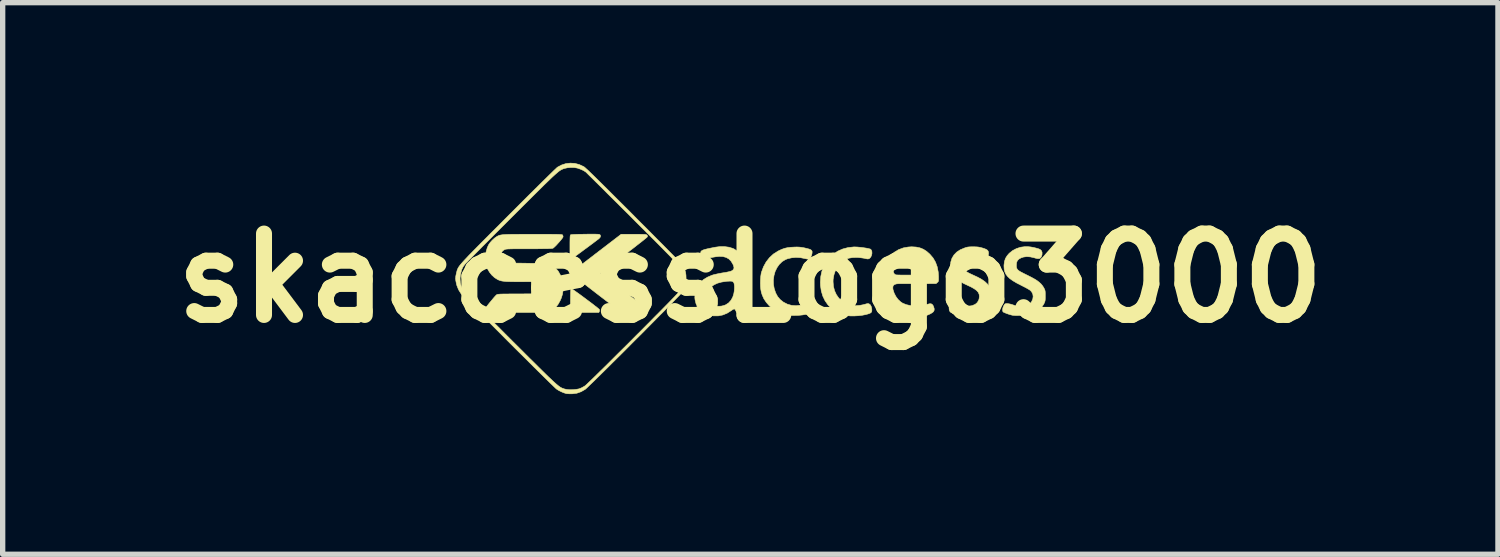
<source format=kicad_pcb>
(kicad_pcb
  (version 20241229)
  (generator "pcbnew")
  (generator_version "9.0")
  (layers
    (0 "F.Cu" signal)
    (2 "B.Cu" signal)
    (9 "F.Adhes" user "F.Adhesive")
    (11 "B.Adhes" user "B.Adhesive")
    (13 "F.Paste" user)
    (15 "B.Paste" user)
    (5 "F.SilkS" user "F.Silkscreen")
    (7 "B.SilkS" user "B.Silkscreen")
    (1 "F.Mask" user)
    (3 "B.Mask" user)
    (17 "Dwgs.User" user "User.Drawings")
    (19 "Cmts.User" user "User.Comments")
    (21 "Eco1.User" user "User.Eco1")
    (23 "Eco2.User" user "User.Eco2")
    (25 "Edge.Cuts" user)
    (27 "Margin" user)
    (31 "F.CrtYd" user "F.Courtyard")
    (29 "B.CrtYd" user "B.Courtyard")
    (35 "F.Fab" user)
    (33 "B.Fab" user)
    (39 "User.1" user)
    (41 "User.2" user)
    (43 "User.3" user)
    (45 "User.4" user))
  (footprint "skaccessLogo3000"
    (layer "F.Cu")
    (at 11.002 2.159)
    (property "Reference" "skaccessLogo3000" (at 0 0 0) (layer "F.SilkS") (effects (font (size 1.524 1.524) (thickness 0.3))))
    (attr through_hole)
    (fp_poly (pts (xy -3.343 0.201) (xy -3.322 0.214) (xy -3.292 0.235) (xy -3.253 0.263) (xy -3.208 0.295) (xy -3.159 0.331) (xy -3.108 0.369) (xy -3.056 0.408) (xy -3.005 0.446) (xy -2.957 0.482) (xy -2.914 0.516) (xy -2.877 0.544) (xy -2.849 0.567) (xy -2.831 0.583) (xy -2.825 0.589) (xy -2.823 0.61) (xy -2.827 0.623) (xy -2.836 0.643) (xy -3.099 0.643) (xy -3.176 0.643) (xy -3.238 0.643) (xy -3.286 0.642) (xy -3.321 0.641) (xy -3.345 0.639) (xy -3.359 0.636) (xy -3.366 0.633) (xy -3.366 0.633) (xy -3.367 0.622) (xy -3.368 0.596) (xy -3.368 0.558) (xy -3.368 0.511) (xy -3.368 0.456) (xy -3.368 0.411) (xy -3.367 0.344) (xy -3.366 0.293) (xy -3.365 0.255) (xy -3.363 0.229) (xy -3.361 0.211) (xy -3.358 0.201) (xy -3.354 0.197) (xy -3.353 0.197) (xy -3.343 0.201)) (stroke (width 0.01) (type solid)) (fill yes) (layer "F.SilkS"))
    (fp_poly (pts (xy -2.912 -0.824) (xy -2.878 -0.823) (xy -2.853 -0.822) (xy -2.836 -0.82) (xy -2.824 -0.817) (xy -2.817 -0.814) (xy -2.814 -0.811) (xy -2.804 -0.791) (xy -2.81 -0.768) (xy -2.833 -0.741) (xy -2.851 -0.727) (xy -2.92 -0.675) (xy -2.988 -0.624) (xy -3.054 -0.575) (xy -3.117 -0.529) (xy -3.174 -0.486) (xy -3.226 -0.448) (xy -3.27 -0.416) (xy -3.305 -0.391) (xy -3.33 -0.374) (xy -3.343 -0.365) (xy -3.345 -0.364) (xy -3.354 -0.37) (xy -3.365 -0.383) (xy -3.369 -0.391) (xy -3.373 -0.405) (xy -3.375 -0.425) (xy -3.377 -0.454) (xy -3.378 -0.493) (xy -3.378 -0.546) (xy -3.378 -0.602) (xy -3.378 -0.67) (xy -3.377 -0.722) (xy -3.376 -0.761) (xy -3.374 -0.787) (xy -3.371 -0.804) (xy -3.367 -0.811) (xy -3.367 -0.811) (xy -3.355 -0.814) (xy -3.327 -0.817) (xy -3.283 -0.819) (xy -3.223 -0.821) (xy -3.149 -0.822) (xy -3.093 -0.823) (xy -3.018 -0.824) (xy -2.959 -0.824) (xy -2.912 -0.824)) (stroke (width 0.01) (type solid)) (fill yes) (layer "F.SilkS"))
    (fp_poly (pts (xy 1.998 -0.583) (xy 2.042 -0.579) (xy 2.09 -0.574) (xy 2.138 -0.567) (xy 2.183 -0.56) (xy 2.219 -0.552) (xy 2.245 -0.545) (xy 2.251 -0.543) (xy 2.268 -0.524) (xy 2.277 -0.496) (xy 2.278 -0.463) (xy 2.271 -0.429) (xy 2.257 -0.397) (xy 2.237 -0.373) (xy 2.225 -0.366) (xy 2.209 -0.36) (xy 2.191 -0.36) (xy 2.166 -0.364) (xy 2.148 -0.369) (xy 2.116 -0.375) (xy 2.074 -0.381) (xy 2.029 -0.386) (xy 2.006 -0.387) (xy 1.921 -0.386) (xy 1.846 -0.374) (xy 1.781 -0.35) (xy 1.723 -0.313) (xy 1.685 -0.279) (xy 1.634 -0.216) (xy 1.594 -0.143) (xy 1.566 -0.061) (xy 1.551 0.024) (xy 1.55 0.069) (xy 1.557 0.155) (xy 1.578 0.236) (xy 1.612 0.31) (xy 1.658 0.375) (xy 1.714 0.43) (xy 1.778 0.473) (xy 1.851 0.502) (xy 1.879 0.509) (xy 1.928 0.515) (xy 1.987 0.515) (xy 2.05 0.51) (xy 2.109 0.499) (xy 2.141 0.491) (xy 2.176 0.481) (xy 2.2 0.477) (xy 2.216 0.479) (xy 2.223 0.481) (xy 2.25 0.502) (xy 2.267 0.538) (xy 2.275 0.577) (xy 2.276 0.607) (xy 2.272 0.63) (xy 2.259 0.647) (xy 2.236 0.66) (xy 2.2 0.672) (xy 2.159 0.683) (xy 2.092 0.696) (xy 2.02 0.704) (xy 1.947 0.708) (xy 1.879 0.708) (xy 1.819 0.703) (xy 1.792 0.698) (xy 1.691 0.668) (xy 1.601 0.624) (xy 1.522 0.569) (xy 1.455 0.502) (xy 1.4 0.424) (xy 1.358 0.337) (xy 1.329 0.24) (xy 1.314 0.134) (xy 1.312 0.076) (xy 1.32 -0.033) (xy 1.342 -0.135) (xy 1.378 -0.229) (xy 1.427 -0.314) (xy 1.487 -0.39) (xy 1.559 -0.454) (xy 1.64 -0.506) (xy 1.731 -0.546) (xy 1.829 -0.572) (xy 1.935 -0.584) (xy 1.962 -0.584) (xy 1.998 -0.583)) (stroke (width 0.01) (type solid)) (fill yes) (layer "F.SilkS"))
    (fp_poly (pts (xy 0.908 -0.582) (xy 0.947 -0.578) (xy 0.989 -0.571) (xy 1.008 -0.568) (xy 1.062 -0.555) (xy 1.103 -0.544) (xy 1.13 -0.533) (xy 1.147 -0.52) (xy 1.156 -0.504) (xy 1.158 -0.493) (xy 1.156 -0.464) (xy 1.148 -0.43) (xy 1.134 -0.396) (xy 1.119 -0.371) (xy 1.119 -0.37) (xy 1.104 -0.36) (xy 1.081 -0.356) (xy 1.047 -0.361) (xy 1.016 -0.368) (xy 0.936 -0.384) (xy 0.854 -0.388) (xy 0.774 -0.381) (xy 0.7 -0.364) (xy 0.656 -0.347) (xy 0.595 -0.309) (xy 0.542 -0.257) (xy 0.499 -0.195) (xy 0.465 -0.125) (xy 0.443 -0.047) (xy 0.432 0.034) (xy 0.434 0.118) (xy 0.448 0.197) (xy 0.475 0.277) (xy 0.511 0.344) (xy 0.558 0.4) (xy 0.618 0.448) (xy 0.621 0.45) (xy 0.695 0.488) (xy 0.773 0.51) (xy 0.858 0.516) (xy 0.948 0.506) (xy 0.981 0.499) (xy 1.017 0.492) (xy 1.05 0.486) (xy 1.074 0.483) (xy 1.079 0.483) (xy 1.109 0.49) (xy 1.132 0.513) (xy 1.149 0.551) (xy 1.153 0.566) (xy 1.158 0.593) (xy 1.158 0.61) (xy 1.152 0.624) (xy 1.146 0.633) (xy 1.123 0.651) (xy 1.086 0.667) (xy 1.035 0.68) (xy 0.973 0.69) (xy 0.901 0.697) (xy 0.864 0.698) (xy 0.817 0.699) (xy 0.773 0.699) (xy 0.736 0.697) (xy 0.71 0.695) (xy 0.708 0.694) (xy 0.61 0.671) (xy 0.523 0.637) (xy 0.446 0.593) (xy 0.374 0.535) (xy 0.355 0.517) (xy 0.298 0.452) (xy 0.254 0.386) (xy 0.222 0.314) (xy 0.206 0.262) (xy 0.197 0.215) (xy 0.191 0.157) (xy 0.189 0.092) (xy 0.191 0.025) (xy 0.196 -0.037) (xy 0.204 -0.091) (xy 0.21 -0.113) (xy 0.247 -0.213) (xy 0.297 -0.304) (xy 0.359 -0.383) (xy 0.432 -0.451) (xy 0.517 -0.505) (xy 0.538 -0.516) (xy 0.593 -0.541) (xy 0.645 -0.559) (xy 0.698 -0.571) (xy 0.758 -0.578) (xy 0.813 -0.581) (xy 0.865 -0.583) (xy 0.908 -0.582)) (stroke (width 0.01) (type solid)) (fill yes) (layer "F.SilkS"))
    (fp_poly (pts (xy -2.116 -0.821) (xy -2.061 -0.821) (xy -2.02 -0.82) (xy -1.989 -0.819) (xy -1.968 -0.818) (xy -1.954 -0.815) (xy -1.944 -0.812) (xy -1.938 -0.808) (xy -1.935 -0.805) (xy -1.925 -0.791) (xy -1.926 -0.779) (xy -1.933 -0.768) (xy -1.941 -0.76) (xy -1.962 -0.743) (xy -1.993 -0.718) (xy -2.034 -0.685) (xy -2.083 -0.647) (xy -2.138 -0.604) (xy -2.198 -0.557) (xy -2.263 -0.507) (xy -2.33 -0.455) (xy -2.398 -0.403) (xy -2.466 -0.351) (xy -2.532 -0.3) (xy -2.596 -0.252) (xy -2.655 -0.207) (xy -2.708 -0.167) (xy -2.755 -0.133) (xy -2.762 -0.127) (xy -2.784 -0.11) (xy -2.798 -0.097) (xy -2.802 -0.092) (xy -2.796 -0.086) (xy -2.777 -0.071) (xy -2.747 -0.047) (xy -2.706 -0.015) (xy -2.657 0.023) (xy -2.599 0.068) (xy -2.535 0.117) (xy -2.464 0.171) (xy -2.389 0.228) (xy -2.311 0.288) (xy -2.23 0.349) (xy -2.147 0.412) (xy -2.065 0.474) (xy -2.055 0.482) (xy -2.016 0.512) (xy -1.981 0.539) (xy -1.954 0.563) (xy -1.935 0.579) (xy -1.929 0.586) (xy -1.926 0.604) (xy -1.934 0.623) (xy -1.948 0.643) (xy -2.174 0.643) (xy -2.248 0.643) (xy -2.306 0.642) (xy -2.35 0.641) (xy -2.383 0.639) (xy -2.405 0.637) (xy -2.419 0.633) (xy -2.421 0.632) (xy -2.433 0.624) (xy -2.457 0.607) (xy -2.491 0.582) (xy -2.534 0.55) (xy -2.585 0.511) (xy -2.642 0.468) (xy -2.704 0.421) (xy -2.769 0.371) (xy -2.837 0.319) (xy -2.906 0.266) (xy -2.974 0.213) (xy -3.04 0.162) (xy -3.104 0.113) (xy -3.162 0.067) (xy -3.215 0.026) (xy -3.26 -0.01) (xy -3.297 -0.039) (xy -3.324 -0.061) (xy -3.339 -0.074) (xy -3.342 -0.077) (xy -3.347 -0.084) (xy -3.348 -0.091) (xy -3.346 -0.099) (xy -3.339 -0.11) (xy -3.325 -0.124) (xy -3.303 -0.142) (xy -3.272 -0.167) (xy -3.231 -0.199) (xy -3.179 -0.24) (xy -3.15 -0.262) (xy -3.102 -0.298) (xy -3.044 -0.343) (xy -2.978 -0.393) (xy -2.907 -0.448) (xy -2.834 -0.504) (xy -2.762 -0.559) (xy -2.698 -0.608) (xy -2.42 -0.821) (xy -2.185 -0.821) (xy -2.116 -0.821)) (stroke (width 0.01) (type solid)) (fill yes) (layer "F.SilkS"))
    (fp_poly (pts (xy 4.225 -0.586) (xy 4.266 -0.583) (xy 4.304 -0.576) (xy 4.345 -0.565) (xy 4.347 -0.565) (xy 4.394 -0.549) (xy 4.427 -0.534) (xy 4.447 -0.517) (xy 4.458 -0.496) (xy 4.462 -0.469) (xy 4.462 -0.465) (xy 4.456 -0.426) (xy 4.441 -0.394) (xy 4.418 -0.373) (xy 4.397 -0.366) (xy 4.377 -0.367) (xy 4.346 -0.373) (xy 4.31 -0.382) (xy 4.297 -0.386) (xy 4.224 -0.403) (xy 4.158 -0.405) (xy 4.096 -0.392) (xy 4.061 -0.378) (xy 4.025 -0.357) (xy 4.002 -0.333) (xy 3.986 -0.301) (xy 3.979 -0.276) (xy 3.973 -0.247) (xy 3.975 -0.223) (xy 3.983 -0.199) (xy 3.998 -0.17) (xy 4.02 -0.144) (xy 4.052 -0.119) (xy 4.095 -0.094) (xy 4.152 -0.067) (xy 4.167 -0.06) (xy 4.258 -0.018) (xy 4.334 0.024) (xy 4.395 0.067) (xy 4.443 0.112) (xy 4.479 0.159) (xy 4.494 0.186) (xy 4.507 0.215) (xy 4.514 0.245) (xy 4.519 0.281) (xy 4.52 0.307) (xy 4.516 0.389) (xy 4.497 0.463) (xy 4.465 0.529) (xy 4.418 0.585) (xy 4.37 0.624) (xy 4.328 0.65) (xy 4.287 0.669) (xy 4.244 0.683) (xy 4.194 0.692) (xy 4.133 0.697) (xy 4.072 0.699) (xy 4.024 0.7) (xy 3.978 0.699) (xy 3.939 0.698) (xy 3.911 0.695) (xy 3.904 0.694) (xy 3.855 0.682) (xy 3.81 0.667) (xy 3.773 0.651) (xy 3.748 0.636) (xy 3.742 0.631) (xy 3.727 0.603) (xy 3.723 0.568) (xy 3.732 0.53) (xy 3.753 0.495) (xy 3.757 0.489) (xy 3.779 0.477) (xy 3.811 0.475) (xy 3.853 0.483) (xy 3.894 0.497) (xy 3.951 0.513) (xy 4.015 0.523) (xy 4.081 0.524) (xy 4.141 0.518) (xy 4.162 0.512) (xy 4.213 0.49) (xy 4.251 0.457) (xy 4.277 0.413) (xy 4.285 0.386) (xy 4.29 0.341) (xy 4.285 0.301) (xy 4.268 0.265) (xy 4.238 0.231) (xy 4.194 0.199) (xy 4.136 0.166) (xy 4.081 0.14) (xy 3.998 0.101) (xy 3.93 0.064) (xy 3.876 0.027) (xy 3.832 -0.01) (xy 3.798 -0.05) (xy 3.772 -0.094) (xy 3.769 -0.101) (xy 3.758 -0.128) (xy 3.751 -0.152) (xy 3.748 -0.181) (xy 3.747 -0.22) (xy 3.747 -0.224) (xy 3.755 -0.303) (xy 3.777 -0.373) (xy 3.814 -0.434) (xy 3.865 -0.487) (xy 3.93 -0.53) (xy 4.01 -0.564) (xy 4.01 -0.564) (xy 4.043 -0.575) (xy 4.071 -0.582) (xy 4.101 -0.585) (xy 4.138 -0.587) (xy 4.174 -0.587) (xy 4.225 -0.586)) (stroke (width 0.01) (type solid)) (fill yes) (layer "F.SilkS"))
    (fp_poly (pts (xy 5.203 -0.589) (xy 5.25 -0.584) (xy 5.302 -0.575) (xy 5.351 -0.563) (xy 5.394 -0.551) (xy 5.426 -0.538) (xy 5.426 -0.538) (xy 5.451 -0.516) (xy 5.464 -0.485) (xy 5.464 -0.445) (xy 5.461 -0.43) (xy 5.449 -0.397) (xy 5.433 -0.376) (xy 5.411 -0.366) (xy 5.379 -0.366) (xy 5.337 -0.375) (xy 5.312 -0.383) (xy 5.244 -0.398) (xy 5.177 -0.403) (xy 5.116 -0.395) (xy 5.071 -0.38) (xy 5.029 -0.356) (xy 5.002 -0.328) (xy 4.987 -0.292) (xy 4.983 -0.246) (xy 4.983 -0.246) (xy 4.983 -0.217) (xy 4.987 -0.193) (xy 4.996 -0.173) (xy 5.01 -0.154) (xy 5.033 -0.136) (xy 5.067 -0.115) (xy 5.112 -0.092) (xy 5.17 -0.063) (xy 5.172 -0.062) (xy 5.25 -0.023) (xy 5.315 0.012) (xy 5.367 0.044) (xy 5.409 0.076) (xy 5.444 0.108) (xy 5.472 0.142) (xy 5.496 0.179) (xy 5.504 0.195) (xy 5.513 0.213) (xy 5.519 0.232) (xy 5.523 0.255) (xy 5.524 0.286) (xy 5.524 0.33) (xy 5.524 0.33) (xy 5.524 0.373) (xy 5.523 0.404) (xy 5.52 0.427) (xy 5.513 0.448) (xy 5.504 0.47) (xy 5.497 0.484) (xy 5.457 0.546) (xy 5.403 0.6) (xy 5.338 0.644) (xy 5.262 0.676) (xy 5.21 0.69) (xy 5.174 0.695) (xy 5.127 0.699) (xy 5.073 0.701) (xy 5.018 0.701) (xy 4.966 0.7) (xy 4.924 0.697) (xy 4.905 0.694) (xy 4.877 0.687) (xy 4.844 0.677) (xy 4.808 0.665) (xy 4.775 0.652) (xy 4.749 0.641) (xy 4.735 0.633) (xy 4.726 0.616) (xy 4.725 0.589) (xy 4.73 0.557) (xy 4.742 0.525) (xy 4.757 0.497) (xy 4.77 0.483) (xy 4.79 0.476) (xy 4.823 0.477) (xy 4.866 0.485) (xy 4.917 0.5) (xy 4.928 0.504) (xy 4.959 0.515) (xy 4.986 0.521) (xy 5.012 0.524) (xy 5.045 0.524) (xy 5.076 0.523) (xy 5.137 0.518) (xy 5.185 0.507) (xy 5.221 0.49) (xy 5.25 0.465) (xy 5.267 0.442) (xy 5.29 0.393) (xy 5.297 0.343) (xy 5.29 0.296) (xy 5.267 0.254) (xy 5.242 0.228) (xy 5.224 0.216) (xy 5.194 0.198) (xy 5.156 0.177) (xy 5.111 0.154) (xy 5.076 0.136) (xy 4.99 0.092) (xy 4.919 0.05) (xy 4.862 0.01) (xy 4.819 -0.031) (xy 4.787 -0.073) (xy 4.766 -0.119) (xy 4.754 -0.168) (xy 4.751 -0.223) (xy 4.751 -0.244) (xy 4.76 -0.311) (xy 4.778 -0.368) (xy 4.81 -0.42) (xy 4.849 -0.465) (xy 4.911 -0.515) (xy 4.983 -0.553) (xy 5.062 -0.579) (xy 5.146 -0.59) (xy 5.203 -0.589)) (stroke (width 0.01) (type solid)) (fill yes) (layer "F.SilkS"))
    (fp_poly (pts (xy 3.105 -0.582) (xy 3.177 -0.567) (xy 3.241 -0.541) (xy 3.302 -0.502) (xy 3.362 -0.449) (xy 3.422 -0.379) (xy 3.468 -0.3) (xy 3.5 -0.213) (xy 3.519 -0.116) (xy 3.525 -0.031) (xy 3.525 0.009) (xy 3.525 0.036) (xy 3.523 0.054) (xy 3.518 0.066) (xy 3.51 0.075) (xy 3.503 0.081) (xy 3.479 0.102) (xy 3.219 0.104) (xy 3.148 0.104) (xy 3.077 0.104) (xy 3.009 0.104) (xy 2.947 0.104) (xy 2.895 0.104) (xy 2.857 0.103) (xy 2.853 0.103) (xy 2.789 0.103) (xy 2.74 0.107) (xy 2.705 0.117) (xy 2.682 0.133) (xy 2.671 0.156) (xy 2.669 0.187) (xy 2.673 0.216) (xy 2.694 0.281) (xy 2.726 0.343) (xy 2.767 0.399) (xy 2.815 0.444) (xy 2.851 0.468) (xy 2.919 0.496) (xy 2.997 0.514) (xy 3.082 0.522) (xy 3.171 0.519) (xy 3.26 0.505) (xy 3.317 0.49) (xy 3.356 0.48) (xy 3.385 0.48) (xy 3.406 0.491) (xy 3.423 0.513) (xy 3.429 0.527) (xy 3.443 0.567) (xy 3.444 0.599) (xy 3.431 0.626) (xy 3.43 0.628) (xy 3.41 0.645) (xy 3.378 0.665) (xy 3.338 0.684) (xy 3.295 0.701) (xy 3.253 0.714) (xy 3.249 0.715) (xy 3.214 0.721) (xy 3.168 0.725) (xy 3.116 0.727) (xy 3.062 0.727) (xy 3.014 0.725) (xy 2.975 0.721) (xy 2.968 0.72) (xy 2.874 0.693) (xy 2.783 0.653) (xy 2.698 0.601) (xy 2.622 0.54) (xy 2.57 0.485) (xy 2.517 0.409) (xy 2.477 0.326) (xy 2.45 0.234) (xy 2.435 0.131) (xy 2.433 0.102) (xy 2.432 0.007) (xy 2.444 -0.081) (xy 2.464 -0.158) (xy 2.679 -0.158) (xy 2.679 -0.119) (xy 2.691 -0.087) (xy 2.713 -0.067) (xy 2.726 -0.062) (xy 2.741 -0.06) (xy 2.77 -0.059) (xy 2.812 -0.058) (xy 2.863 -0.057) (xy 2.922 -0.057) (xy 2.985 -0.057) (xy 2.999 -0.057) (xy 3.071 -0.058) (xy 3.128 -0.059) (xy 3.172 -0.06) (xy 3.205 -0.061) (xy 3.228 -0.063) (xy 3.244 -0.065) (xy 3.254 -0.069) (xy 3.26 -0.073) (xy 3.261 -0.073) (xy 3.276 -0.096) (xy 3.287 -0.129) (xy 3.291 -0.164) (xy 3.289 -0.185) (xy 3.273 -0.235) (xy 3.243 -0.285) (xy 3.203 -0.33) (xy 3.156 -0.369) (xy 3.106 -0.396) (xy 3.101 -0.398) (xy 3.037 -0.413) (xy 2.971 -0.413) (xy 2.906 -0.398) (xy 2.843 -0.369) (xy 2.79 -0.33) (xy 2.755 -0.292) (xy 2.723 -0.251) (xy 2.698 -0.209) (xy 2.682 -0.171) (xy 2.679 -0.158) (xy 2.464 -0.158) (xy 2.467 -0.17) (xy 2.472 -0.184) (xy 2.498 -0.251) (xy 2.529 -0.308) (xy 2.567 -0.362) (xy 2.618 -0.417) (xy 2.62 -0.42) (xy 2.695 -0.484) (xy 2.776 -0.533) (xy 2.864 -0.566) (xy 2.958 -0.583) (xy 3.023 -0.587) (xy 3.105 -0.582)) (stroke (width 0.01) (type solid)) (fill yes) (layer "F.SilkS"))
    (fp_poly (pts (xy -0.479 -0.59) (xy -0.399 -0.579) (xy -0.328 -0.557) (xy -0.304 -0.546) (xy -0.246 -0.507) (xy -0.194 -0.454) (xy -0.15 -0.39) (xy -0.115 -0.315) (xy -0.097 -0.258) (xy -0.089 -0.216) (xy -0.082 -0.157) (xy -0.076 -0.084) (xy -0.072 0.006) (xy -0.069 0.113) (xy -0.068 0.236) (xy -0.068 0.29) (xy -0.068 0.375) (xy -0.066 0.448) (xy -0.065 0.507) (xy -0.063 0.552) (xy -0.06 0.581) (xy -0.058 0.589) (xy -0.053 0.625) (xy -0.06 0.651) (xy -0.08 0.669) (xy -0.107 0.681) (xy -0.154 0.692) (xy -0.195 0.692) (xy -0.226 0.682) (xy -0.227 0.681) (xy -0.241 0.666) (xy -0.257 0.641) (xy -0.267 0.621) (xy -0.282 0.592) (xy -0.296 0.577) (xy -0.301 0.576) (xy -0.315 0.581) (xy -0.337 0.594) (xy -0.359 0.609) (xy -0.435 0.657) (xy -0.516 0.69) (xy -0.602 0.707) (xy -0.691 0.707) (xy -0.73 0.702) (xy -0.812 0.682) (xy -0.881 0.649) (xy -0.939 0.604) (xy -0.984 0.548) (xy -1.016 0.482) (xy -1.035 0.406) (xy -1.039 0.367) (xy -1.037 0.322) (xy -0.802 0.322) (xy -0.798 0.379) (xy -0.78 0.429) (xy -0.749 0.47) (xy -0.707 0.5) (xy -0.655 0.52) (xy -0.593 0.527) (xy -0.544 0.524) (xy -0.508 0.516) (xy -0.472 0.504) (xy -0.46 0.499) (xy -0.406 0.464) (xy -0.362 0.415) (xy -0.329 0.356) (xy -0.309 0.291) (xy -0.301 0.243) (xy -0.297 0.193) (xy -0.297 0.147) (xy -0.302 0.109) (xy -0.305 0.096) (xy -0.314 0.077) (xy -0.329 0.064) (xy -0.35 0.057) (xy -0.382 0.056) (xy -0.428 0.058) (xy -0.442 0.059) (xy -0.536 0.073) (xy -0.616 0.095) (xy -0.682 0.126) (xy -0.734 0.166) (xy -0.772 0.214) (xy -0.795 0.271) (xy -0.802 0.322) (xy -1.037 0.322) (xy -1.036 0.288) (xy -1.018 0.214) (xy -0.984 0.145) (xy -0.937 0.082) (xy -0.876 0.027) (xy -0.803 -0.018) (xy -0.719 -0.054) (xy -0.718 -0.054) (xy -0.686 -0.064) (xy -0.643 -0.074) (xy -0.592 -0.085) (xy -0.54 -0.095) (xy -0.521 -0.098) (xy -0.463 -0.107) (xy -0.419 -0.116) (xy -0.387 -0.123) (xy -0.363 -0.13) (xy -0.346 -0.138) (xy -0.332 -0.147) (xy -0.324 -0.154) (xy -0.309 -0.175) (xy -0.306 -0.201) (xy -0.315 -0.235) (xy -0.325 -0.259) (xy -0.359 -0.316) (xy -0.401 -0.359) (xy -0.452 -0.388) (xy -0.512 -0.404) (xy -0.583 -0.407) (xy -0.643 -0.401) (xy -0.692 -0.393) (xy -0.728 -0.386) (xy -0.757 -0.379) (xy -0.785 -0.369) (xy -0.816 -0.356) (xy -0.818 -0.355) (xy -0.856 -0.343) (xy -0.884 -0.343) (xy -0.905 -0.356) (xy -0.918 -0.376) (xy -0.926 -0.404) (xy -0.931 -0.44) (xy -0.93 -0.474) (xy -0.926 -0.495) (xy -0.919 -0.506) (xy -0.905 -0.516) (xy -0.883 -0.527) (xy -0.852 -0.537) (xy -0.809 -0.548) (xy -0.753 -0.56) (xy -0.683 -0.574) (xy -0.652 -0.58) (xy -0.565 -0.591) (xy -0.479 -0.59)) (stroke (width 0.01) (type solid)) (fill yes) (layer "F.SilkS"))
    (fp_poly (pts (xy -3.87 -0.821) (xy -3.79 -0.821) (xy -3.723 -0.821) (xy -3.669 -0.82) (xy -3.625 -0.82) (xy -3.59 -0.819) (xy -3.564 -0.818) (xy -3.545 -0.816) (xy -3.532 -0.815) (xy -3.523 -0.813) (xy -3.518 -0.81) (xy -3.515 -0.807) (xy -3.513 -0.804) (xy -3.507 -0.783) (xy -3.507 -0.771) (xy -3.514 -0.758) (xy -3.53 -0.736) (xy -3.553 -0.708) (xy -3.58 -0.676) (xy -3.61 -0.643) (xy -3.638 -0.612) (xy -3.664 -0.587) (xy -3.684 -0.569) (xy -3.693 -0.562) (xy -3.701 -0.559) (xy -3.714 -0.557) (xy -3.734 -0.555) (xy -3.762 -0.554) (xy -3.799 -0.552) (xy -3.847 -0.552) (xy -3.906 -0.551) (xy -3.979 -0.55) (xy -4.067 -0.55) (xy -4.142 -0.55) (xy -4.238 -0.55) (xy -4.319 -0.55) (xy -4.386 -0.55) (xy -4.44 -0.549) (xy -4.484 -0.548) (xy -4.518 -0.547) (xy -4.544 -0.546) (xy -4.564 -0.544) (xy -4.579 -0.542) (xy -4.59 -0.539) (xy -4.599 -0.536) (xy -4.603 -0.534) (xy -4.636 -0.512) (xy -4.653 -0.49) (xy -4.665 -0.454) (xy -4.667 -0.411) (xy -4.661 -0.368) (xy -4.652 -0.344) (xy -4.646 -0.331) (xy -4.64 -0.32) (xy -4.631 -0.31) (xy -4.62 -0.303) (xy -4.605 -0.297) (xy -4.584 -0.292) (xy -4.555 -0.288) (xy -4.518 -0.285) (xy -4.47 -0.283) (xy -4.411 -0.282) (xy -4.338 -0.281) (xy -4.251 -0.28) (xy -4.191 -0.279) (xy -4.08 -0.277) (xy -3.986 -0.276) (xy -3.909 -0.274) (xy -3.848 -0.271) (xy -3.804 -0.269) (xy -3.777 -0.266) (xy -3.769 -0.264) (xy -3.704 -0.233) (xy -3.647 -0.188) (xy -3.598 -0.131) (xy -3.559 -0.062) (xy -3.53 0.017) (xy -3.512 0.104) (xy -3.508 0.149) (xy -3.507 0.229) (xy -3.518 0.302) (xy -3.54 0.373) (xy -3.56 0.419) (xy -3.601 0.492) (xy -3.646 0.55) (xy -3.694 0.591) (xy -3.705 0.598) (xy -3.72 0.607) (xy -3.735 0.614) (xy -3.75 0.621) (xy -3.767 0.626) (xy -3.787 0.631) (xy -3.812 0.634) (xy -3.843 0.637) (xy -3.881 0.639) (xy -3.927 0.641) (xy -3.983 0.642) (xy -4.051 0.643) (xy -4.131 0.643) (xy -4.225 0.643) (xy -4.334 0.643) (xy -4.374 0.643) (xy -4.484 0.643) (xy -4.578 0.643) (xy -4.657 0.643) (xy -4.724 0.643) (xy -4.778 0.642) (xy -4.822 0.642) (xy -4.857 0.641) (xy -4.883 0.639) (xy -4.902 0.638) (xy -4.916 0.636) (xy -4.925 0.634) (xy -4.931 0.631) (xy -4.935 0.629) (xy -4.954 0.603) (xy -4.958 0.574) (xy -4.945 0.542) (xy -4.939 0.533) (xy -4.891 0.472) (xy -4.847 0.419) (xy -4.811 0.375) (xy -4.781 0.341) (xy -4.76 0.319) (xy -4.751 0.311) (xy -4.745 0.308) (xy -4.736 0.305) (xy -4.724 0.303) (xy -4.707 0.301) (xy -4.683 0.299) (xy -4.651 0.298) (xy -4.61 0.297) (xy -4.558 0.297) (xy -4.493 0.296) (xy -4.415 0.296) (xy -4.321 0.296) (xy -4.301 0.296) (xy -4.217 0.295) (xy -4.138 0.295) (xy -4.064 0.294) (xy -3.999 0.293) (xy -3.944 0.292) (xy -3.901 0.291) (xy -3.87 0.29) (xy -3.854 0.289) (xy -3.853 0.289) (xy -3.828 0.274) (xy -3.81 0.248) (xy -3.798 0.214) (xy -3.794 0.177) (xy -3.797 0.14) (xy -3.807 0.108) (xy -3.826 0.084) (xy -3.84 0.076) (xy -3.854 0.074) (xy -3.883 0.072) (xy -3.928 0.071) (xy -3.985 0.069) (xy -4.054 0.068) (xy -4.135 0.068) (xy -4.224 0.068) (xy -4.228 0.068) (xy -4.324 0.067) (xy -4.405 0.067) (xy -4.473 0.066) (xy -4.529 0.065) (xy -4.575 0.063) (xy -4.612 0.059) (xy -4.643 0.055) (xy -4.669 0.05) (xy -4.692 0.043) (xy -4.713 0.035) (xy -4.734 0.025) (xy -4.741 0.021) (xy -4.792 -0.012) (xy -4.841 -0.057) (xy -4.883 -0.109) (xy -4.915 -0.162) (xy -4.942 -0.239) (xy -4.957 -0.322) (xy -4.959 -0.407) (xy -4.949 -0.492) (xy -4.926 -0.571) (xy -4.901 -0.625) (xy -4.871 -0.668) (xy -4.832 -0.711) (xy -4.789 -0.75) (xy -4.752 -0.776) (xy -4.737 -0.785) (xy -4.723 -0.792) (xy -4.708 -0.799) (xy -4.691 -0.804) (xy -4.671 -0.808) (xy -4.646 -0.812) (xy -4.616 -0.815) (xy -4.578 -0.817) (xy -4.532 -0.819) (xy -4.476 -0.82) (xy -4.409 -0.82) (xy -4.329 -0.821) (xy -4.236 -0.821) (xy -4.127 -0.821) (xy -4.075 -0.821) (xy -3.965 -0.821) (xy -3.87 -0.821)) (stroke (width 0.01) (type solid)) (fill yes) (layer "F.SilkS"))
    (fp_poly (pts (xy -3.286 -2.149) (xy -3.203 -2.127) (xy -3.123 -2.09) (xy -3.118 -2.087) (xy -3.107 -2.08) (xy -3.09 -2.065) (xy -3.067 -2.044) (xy -3.036 -2.016) (xy -2.998 -1.979) (xy -2.951 -1.934) (xy -2.897 -1.881) (xy -2.833 -1.818) (xy -2.761 -1.747) (xy -2.678 -1.665) (xy -2.586 -1.573) (xy -2.483 -1.47) (xy -2.369 -1.357) (xy -2.244 -1.232) (xy -2.171 -1.158) (xy -2.05 -1.036) (xy -1.939 -0.926) (xy -1.84 -0.826) (xy -1.751 -0.736) (xy -1.671 -0.656) (xy -1.601 -0.585) (xy -1.539 -0.522) (xy -1.485 -0.467) (xy -1.438 -0.42) (xy -1.398 -0.379) (xy -1.365 -0.343) (xy -1.336 -0.314) (xy -1.313 -0.289) (xy -1.295 -0.268) (xy -1.28 -0.251) (xy -1.269 -0.237) (xy -1.26 -0.225) (xy -1.254 -0.215) (xy -1.249 -0.207) (xy -1.246 -0.202) (xy -1.225 -0.152) (xy -1.212 -0.105) (xy -1.205 -0.055) (xy -1.203 0.004) (xy -1.204 0.033) (xy -1.21 0.099) (xy -1.221 0.154) (xy -1.24 0.204) (xy -1.269 0.256) (xy -1.272 0.259) (xy -1.281 0.271) (xy -1.302 0.294) (xy -1.334 0.328) (xy -1.375 0.37) (xy -1.425 0.422) (xy -1.482 0.481) (xy -1.547 0.547) (xy -1.618 0.619) (xy -1.695 0.696) (xy -1.776 0.778) (xy -1.861 0.864) (xy -1.948 0.952) (xy -2.038 1.043) (xy -2.13 1.134) (xy -2.222 1.226) (xy -2.313 1.318) (xy -2.403 1.408) (xy -2.491 1.495) (xy -2.577 1.58) (xy -2.659 1.662) (xy -2.736 1.738) (xy -2.808 1.809) (xy -2.874 1.874) (xy -2.933 1.932) (xy -2.984 1.981) (xy -3.027 2.022) (xy -3.06 2.054) (xy -3.083 2.075) (xy -3.094 2.084) (xy -3.169 2.127) (xy -3.248 2.155) (xy -3.333 2.166) (xy -3.36 2.166) (xy -3.395 2.166) (xy -3.426 2.164) (xy -3.446 2.162) (xy -3.45 2.161) (xy -3.492 2.148) (xy -3.539 2.128) (xy -3.587 2.104) (xy -3.627 2.079) (xy -3.628 2.078) (xy -3.64 2.068) (xy -3.662 2.047) (xy -3.695 2.015) (xy -3.738 1.974) (xy -3.789 1.924) (xy -3.847 1.867) (xy -3.913 1.802) (xy -3.985 1.731) (xy -4.062 1.655) (xy -4.143 1.574) (xy -4.228 1.489) (xy -4.316 1.402) (xy -4.406 1.313) (xy -4.497 1.222) (xy -4.588 1.131) (xy -4.678 1.04) (xy -4.767 0.951) (xy -4.854 0.864) (xy -4.938 0.78) (xy -5.018 0.699) (xy -5.093 0.623) (xy -5.162 0.553) (xy -5.225 0.489) (xy -5.281 0.432) (xy -5.329 0.383) (xy -5.368 0.343) (xy -5.397 0.312) (xy -5.416 0.292) (xy -5.422 0.285) (xy -5.464 0.217) (xy -5.495 0.14) (xy -5.506 0.096) (xy -5.516 0.046) (xy -5.519 0.013) (xy -5.436 0.013) (xy -5.431 0.085) (xy -5.415 0.15) (xy -5.386 0.213) (xy -5.344 0.277) (xy -5.326 0.301) (xy -5.314 0.314) (xy -5.291 0.338) (xy -5.258 0.373) (xy -5.214 0.417) (xy -5.162 0.47) (xy -5.101 0.532) (xy -5.033 0.601) (xy -4.958 0.676) (xy -4.876 0.758) (xy -4.79 0.845) (xy -4.698 0.936) (xy -4.603 1.032) (xy -4.505 1.13) (xy -4.449 1.186) (xy -4.33 1.304) (xy -4.224 1.41) (xy -4.128 1.506) (xy -4.041 1.591) (xy -3.965 1.667) (xy -3.897 1.734) (xy -3.837 1.793) (xy -3.785 1.844) (xy -3.739 1.887) (xy -3.699 1.925) (xy -3.665 1.956) (xy -3.636 1.982) (xy -3.611 2.003) (xy -3.59 2.02) (xy -3.571 2.034) (xy -3.554 2.045) (xy -3.539 2.053) (xy -3.525 2.06) (xy -3.512 2.065) (xy -3.497 2.07) (xy -3.482 2.075) (xy -3.48 2.076) (xy -3.436 2.085) (xy -3.382 2.09) (xy -3.323 2.089) (xy -3.266 2.084) (xy -3.215 2.075) (xy -3.19 2.067) (xy -3.154 2.051) (xy -3.116 2.03) (xy -3.095 2.017) (xy -3.082 2.006) (xy -3.059 1.985) (xy -3.026 1.953) (xy -2.983 1.912) (xy -2.931 1.862) (xy -2.872 1.804) (xy -2.806 1.739) (xy -2.734 1.669) (xy -2.657 1.593) (xy -2.576 1.512) (xy -2.492 1.428) (xy -2.404 1.341) (xy -2.315 1.253) (xy -2.225 1.163) (xy -2.136 1.073) (xy -2.046 0.984) (xy -1.959 0.896) (xy -1.874 0.811) (xy -1.793 0.728) (xy -1.715 0.65) (xy -1.643 0.577) (xy -1.577 0.51) (xy -1.517 0.449) (xy -1.465 0.395) (xy -1.421 0.35) (xy -1.387 0.314) (xy -1.363 0.288) (xy -1.349 0.273) (xy -1.348 0.271) (xy -1.331 0.247) (xy -1.318 0.228) (xy -1.311 0.22) (xy -1.306 0.211) (xy -1.297 0.19) (xy -1.287 0.165) (xy -1.271 0.104) (xy -1.263 0.035) (xy -1.265 -0.037) (xy -1.273 -0.095) (xy -1.277 -0.111) (xy -1.281 -0.126) (xy -1.285 -0.14) (xy -1.29 -0.155) (xy -1.298 -0.17) (xy -1.307 -0.187) (xy -1.32 -0.206) (xy -1.336 -0.228) (xy -1.356 -0.252) (xy -1.381 -0.281) (xy -1.411 -0.315) (xy -1.447 -0.353) (xy -1.489 -0.398) (xy -1.539 -0.449) (xy -1.596 -0.507) (xy -1.661 -0.573) (xy -1.734 -0.647) (xy -1.817 -0.73) (xy -1.91 -0.823) (xy -2.013 -0.926) (xy -2.128 -1.04) (xy -2.212 -1.125) (xy -2.312 -1.225) (xy -2.41 -1.322) (xy -2.503 -1.415) (xy -2.592 -1.503) (xy -2.676 -1.586) (xy -2.753 -1.664) (xy -2.825 -1.735) (xy -2.889 -1.798) (xy -2.945 -1.854) (xy -2.993 -1.901) (xy -3.031 -1.938) (xy -3.059 -1.966) (xy -3.076 -1.983) (xy -3.082 -1.988) (xy -3.12 -2.013) (xy -3.169 -2.036) (xy -3.221 -2.055) (xy -3.243 -2.062) (xy -3.298 -2.071) (xy -3.361 -2.072) (xy -3.424 -2.067) (xy -3.48 -2.055) (xy -3.487 -2.053) (xy -3.502 -2.048) (xy -3.515 -2.042) (xy -3.529 -2.036) (xy -3.544 -2.029) (xy -3.559 -2.019) (xy -3.577 -2.007) (xy -3.597 -1.992) (xy -3.62 -1.972) (xy -3.647 -1.949) (xy -3.679 -1.92) (xy -3.716 -1.886) (xy -3.758 -1.845) (xy -3.807 -1.798) (xy -3.863 -1.744) (xy -3.926 -1.681) (xy -3.998 -1.61) (xy -4.079 -1.53) (xy -4.169 -1.44) (xy -4.27 -1.34) (xy -4.381 -1.229) (xy -4.479 -1.131) (xy -4.579 -1.031) (xy -4.676 -0.934) (xy -4.769 -0.841) (xy -4.857 -0.752) (xy -4.94 -0.669) (xy -5.018 -0.591) (xy -5.088 -0.52) (xy -5.152 -0.456) (xy -5.207 -0.4) (xy -5.254 -0.353) (xy -5.291 -0.315) (xy -5.319 -0.287) (xy -5.335 -0.27) (xy -5.34 -0.264) (xy -5.354 -0.246) (xy -5.364 -0.234) (xy -5.383 -0.205) (xy -5.402 -0.164) (xy -5.417 -0.114) (xy -5.429 -0.061) (xy -5.435 -0.01) (xy -5.436 0.013) (xy -5.519 0.013) (xy -5.519 0.004) (xy -5.516 -0.037) (xy -5.506 -0.085) (xy -5.504 -0.097) (xy -5.499 -0.114) (xy -5.495 -0.13) (xy -5.491 -0.145) (xy -5.486 -0.159) (xy -5.48 -0.174) (xy -5.472 -0.19) (xy -5.462 -0.207) (xy -5.449 -0.226) (xy -5.432 -0.248) (xy -5.411 -0.273) (xy -5.385 -0.303) (xy -5.354 -0.337) (xy -5.317 -0.376) (xy -5.274 -0.422) (xy -5.224 -0.473) (xy -5.166 -0.532) (xy -5.1 -0.599) (xy -5.025 -0.675) (xy -4.941 -0.759) (xy -4.848 -0.853) (xy -4.743 -0.957) (xy -4.628 -1.073) (xy -4.543 -1.158) (xy -4.44 -1.261) (xy -4.34 -1.361) (xy -4.243 -1.458) (xy -4.151 -1.55) (xy -4.063 -1.637) (xy -3.981 -1.718) (xy -3.906 -1.793) (xy -3.837 -1.86) (xy -3.776 -1.92) (xy -3.724 -1.971) (xy -3.68 -2.014) (xy -3.646 -2.046) (xy -3.623 -2.068) (xy -3.611 -2.078) (xy -3.61 -2.079) (xy -3.534 -2.119) (xy -3.454 -2.145) (xy -3.37 -2.154) (xy -3.286 -2.149)) (stroke (width 0.01) (type solid)) (fill yes) (layer "F.SilkS")))
  (gr_rect
    (start -3 -3)
    (end 25.004 7.331)
    (stroke (width 0.1) (type default))
    (fill no)
    (layer "Edge.Cuts")))
</source>
